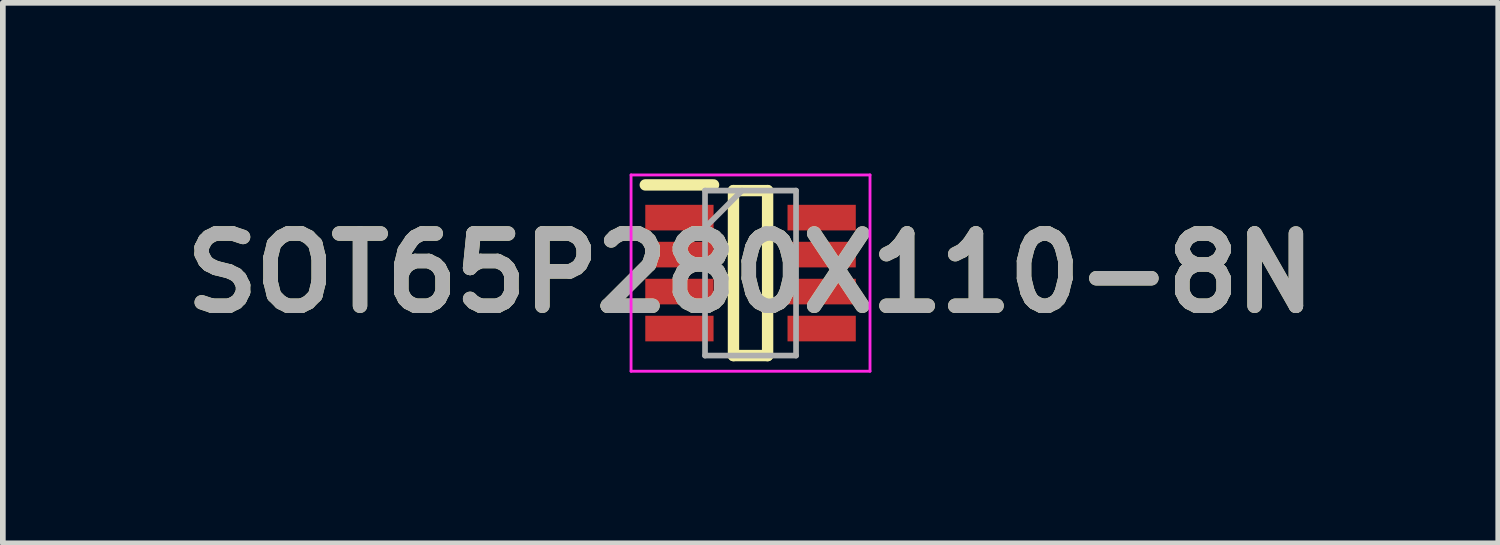
<source format=kicad_pcb>
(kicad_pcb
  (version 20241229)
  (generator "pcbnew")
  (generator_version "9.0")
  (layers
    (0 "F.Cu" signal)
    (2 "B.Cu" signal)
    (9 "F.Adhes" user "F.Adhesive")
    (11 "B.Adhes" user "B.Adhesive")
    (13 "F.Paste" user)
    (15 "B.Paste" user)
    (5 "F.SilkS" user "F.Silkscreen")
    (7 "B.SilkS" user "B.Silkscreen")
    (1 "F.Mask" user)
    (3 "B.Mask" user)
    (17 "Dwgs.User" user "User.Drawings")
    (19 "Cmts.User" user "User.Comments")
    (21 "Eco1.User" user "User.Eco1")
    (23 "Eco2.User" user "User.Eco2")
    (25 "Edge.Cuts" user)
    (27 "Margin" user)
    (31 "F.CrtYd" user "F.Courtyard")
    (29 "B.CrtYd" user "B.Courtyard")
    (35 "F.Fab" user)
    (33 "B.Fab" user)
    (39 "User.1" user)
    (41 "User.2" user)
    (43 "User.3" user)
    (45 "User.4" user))
  (footprint "SOT65P280X110-8N"
    (layer "F.Cu")
    (at 10.142 1.75)
    (property "Reference" "SOT65P280X110-8N" (at 0 0 0) (layer "F.SilkS") (effects (font (size 1.27 1.27) (thickness 0.254))))
    (attr smd)
    (fp_line (start -1.85 -1.55) (end -0.65 -1.55) (stroke (width 0.2) (type solid)) (layer "F.SilkS"))
    (fp_line (start -0.3 -1.45) (end 0.3 -1.45) (stroke (width 0.2) (type solid)) (layer "F.SilkS"))
    (fp_line (start -0.3 1.45) (end -0.3 -1.45) (stroke (width 0.2) (type solid)) (layer "F.SilkS"))
    (fp_line (start 0.3 -1.45) (end 0.3 1.45) (stroke (width 0.2) (type solid)) (layer "F.SilkS"))
    (fp_line (start 0.3 1.45) (end -0.3 1.45) (stroke (width 0.2) (type solid)) (layer "F.SilkS"))
    (fp_line (start -2.1 -1.725) (end 2.1 -1.725) (stroke (width 0.05) (type solid)) (layer "F.CrtYd"))
    (fp_line (start -2.1 1.725) (end -2.1 -1.725) (stroke (width 0.05) (type solid)) (layer "F.CrtYd"))
    (fp_line (start 2.1 -1.725) (end 2.1 1.725) (stroke (width 0.05) (type solid)) (layer "F.CrtYd"))
    (fp_line (start 2.1 1.725) (end -2.1 1.725) (stroke (width 0.05) (type solid)) (layer "F.CrtYd"))
    (fp_line (start -0.8 -1.45) (end 0.8 -1.45) (stroke (width 0.1) (type solid)) (layer "F.Fab"))
    (fp_line (start -0.8 -0.8) (end -0.15 -1.45) (stroke (width 0.1) (type solid)) (layer "F.Fab"))
    (fp_line (start -0.8 1.45) (end -0.8 -1.45) (stroke (width 0.1) (type solid)) (layer "F.Fab"))
    (fp_line (start 0.8 -1.45) (end 0.8 1.45) (stroke (width 0.1) (type solid)) (layer "F.Fab"))
    (fp_line (start 0.8 1.45) (end -0.8 1.45) (stroke (width 0.1) (type solid)) (layer "F.Fab"))
    (fp_text user "${REFERENCE}" (at 0 0 0) (layer "F.Fab") (effects (font (size 1.27 1.27) (thickness 0.254))))
    (pad "1" smd rect (at -1.25 -0.975 90) (size 0.45 1.2) (layers "F.Cu" "F.Mask" "F.Paste"))
    (pad "2" smd rect (at -1.25 -0.325 90) (size 0.45 1.2) (layers "F.Cu" "F.Mask" "F.Paste"))
    (pad "3" smd rect (at -1.25 0.325 90) (size 0.45 1.2) (layers "F.Cu" "F.Mask" "F.Paste"))
    (pad "4" smd rect (at -1.25 0.975 90) (size 0.45 1.2) (layers "F.Cu" "F.Mask" "F.Paste"))
    (pad "5" smd rect (at 1.25 0.975 90) (size 0.45 1.2) (layers "F.Cu" "F.Mask" "F.Paste"))
    (pad "6" smd rect (at 1.25 0.325 90) (size 0.45 1.2) (layers "F.Cu" "F.Mask" "F.Paste"))
    (pad "7" smd rect (at 1.25 -0.325 90) (size 0.45 1.2) (layers "F.Cu" "F.Mask" "F.Paste"))
    (pad "8" smd rect (at 1.25 -0.975 90) (size 0.45 1.2) (layers "F.Cu" "F.Mask" "F.Paste")))
  (gr_rect
    (start -3 -3)
    (end 23.284 6.5)
    (stroke (width 0.1) (type default))
    (fill no)
    (layer "Edge.Cuts")))
</source>
